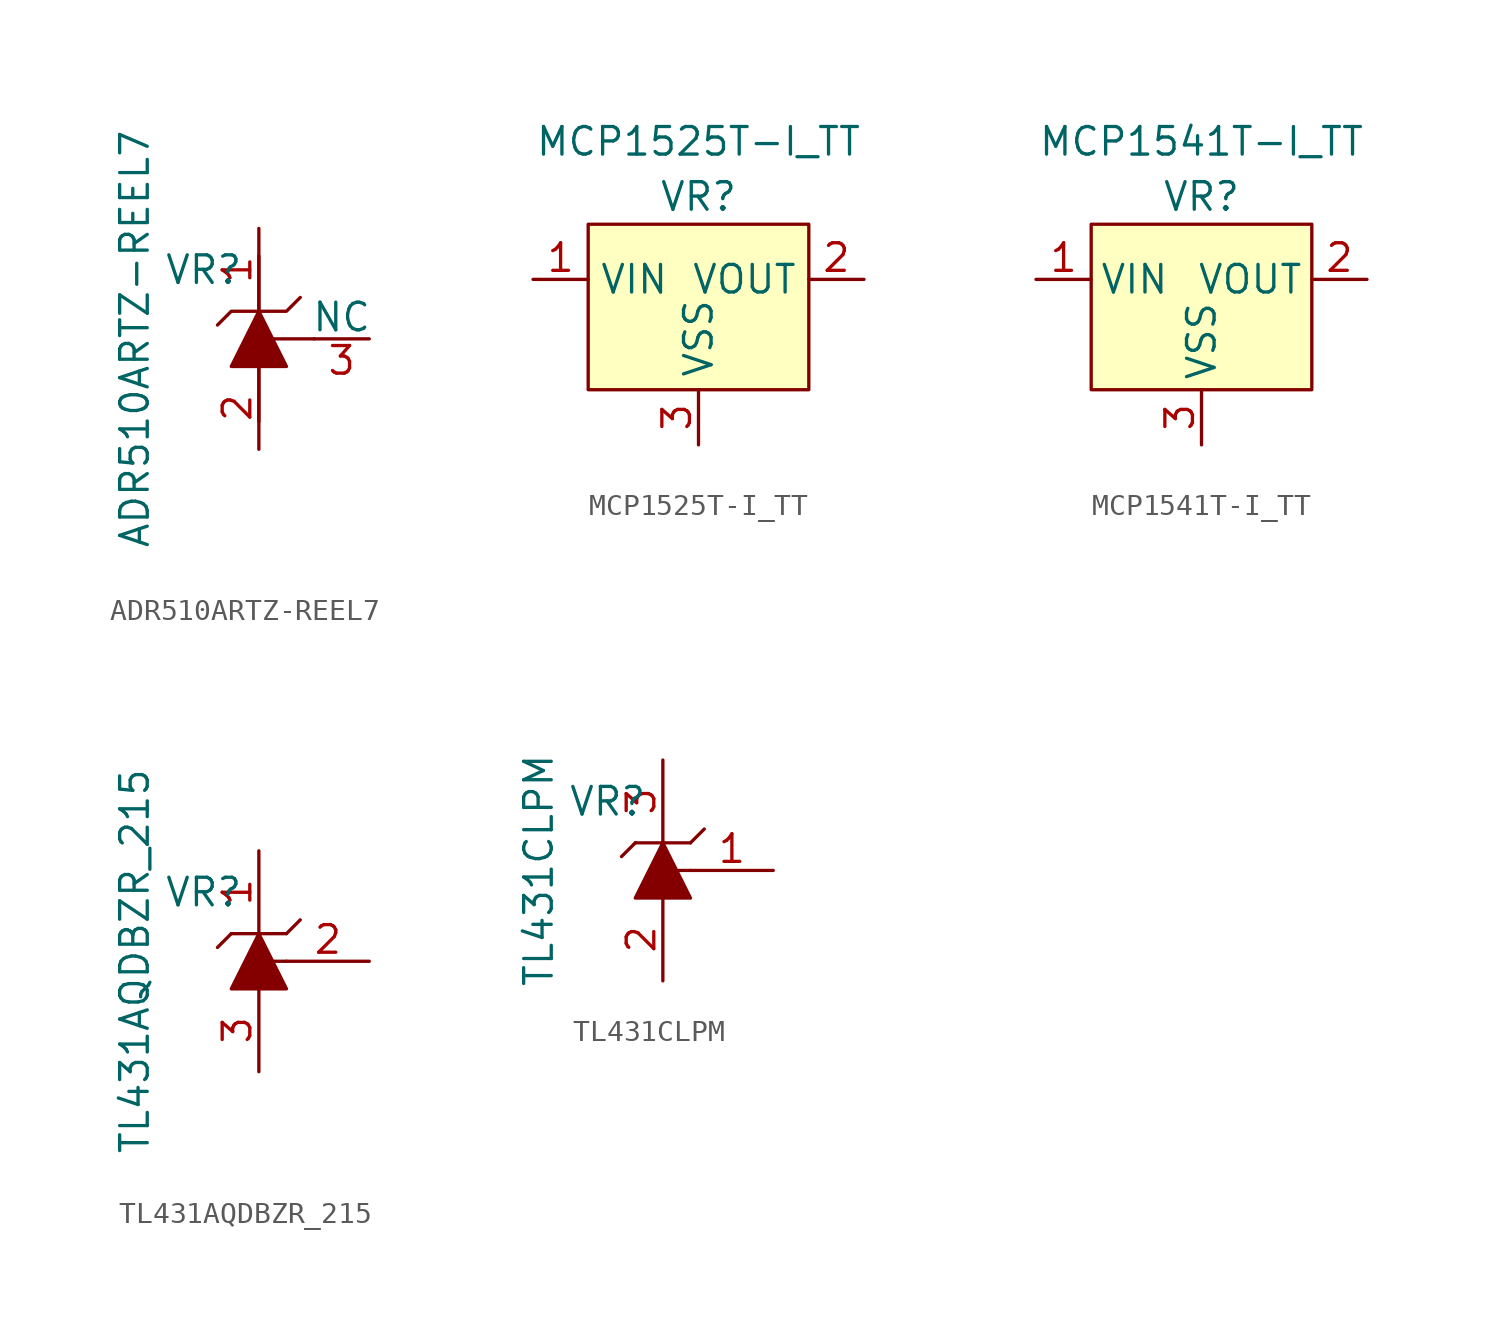
<source format=kicad_sym>
(kicad_symbol_lib
  (version 20211014)
  (generator kicad_symbol_editor)
  (symbol "ADR510ARTZ-REEL7"
    (pin_names
      (offset 0))
    (property "Reference" "VR"
      (at -2.54 3.175 0)
      (effects (font (size 1.27 1.27))))
    (property "Value" "ADR510ARTZ-REEL7"
      (at -5.715 0 90)
      (effects (font (size 1.27 1.27))))
    (symbol "ADR510ARTZ-REEL7_0_1"
      (polyline (pts (xy 0 -1.27) (xy 0 -3.81)) (stroke (width 0) (type default) (color 0 0 0 0)) (fill (type none)))
      (polyline (pts (xy 0 1.27) (xy 0 3.81)) (stroke (width 0) (type default) (color 0 0 0 0)) (fill (type none)))
      (polyline (pts (xy 2.54 0) (xy 0.635 0)) (stroke (width 0) (type default) (color 0 0 0 0)) (fill (type none)))
      (polyline (pts (xy 0 1.27) (xy 1.27 -1.27) (xy -1.27 -1.27) (xy 0 1.27)) (stroke (width 0) (type default) (color 0 0 0 0)) (fill (type outline)))
      (polyline (pts (xy 1.905 1.905) (xy 1.27 1.27) (xy -1.27 1.27) (xy -1.905 0.635)) (stroke (width 0) (type default) (color 0 0 0 0)) (fill (type none))))
    (symbol "ADR510ARTZ-REEL7_1_1"
      (pin passive line (at 0 5.08 270) (length 3.81) (name "~" (effects (font (size 1.27 1.27)))) (number "1" (effects (font (size 1.27 1.27)))))
      (pin passive line (at 0 -5.08 90) (length 3.81) (name "~" (effects (font (size 1.27 1.27)))) (number "2" (effects (font (size 1.27 1.27)))))
      (pin unspecified line (at 5.08 0 180) (length 2.54) (name "NC" (effects (font (size 1.27 1.27)))) (number "3" (effects (font (size 1.27 1.27)))))))
  (symbol "MCP1525T-I_TT"
    (property "Reference" "VR"
      (at 0 3.81 0)
      (effects (font (size 1.27 1.27))))
    (property "Value" "MCP1525T-I_TT"
      (at 0 6.35 0)
      (effects (font (size 1.27 1.27))))
    (symbol "MCP1525T-I_TT_0_1"
      (rectangle (start -5.08 2.54) (end 5.08 -5.08) (stroke (width 0) (type default) (color 0 0 0 0)) (fill (type background))))
    (symbol "MCP1525T-I_TT_1_1"
      (pin power_in line (at -7.62 0 0) (length 2.54) (name "VIN" (effects (font (size 1.27 1.27)))) (number "1" (effects (font (size 1.27 1.27)))))
      (pin output line (at 7.62 0 180) (length 2.54) (name "VOUT" (effects (font (size 1.27 1.27)))) (number "2" (effects (font (size 1.27 1.27)))))
      (pin power_in line (at 0 -7.62 90) (length 2.54) (name "VSS" (effects (font (size 1.27 1.27)))) (number "3" (effects (font (size 1.27 1.27)))))))
  (symbol "MCP1541T-I_TT"
    (pin_names
      (offset 0.381))
    (property "Reference" "VR"
      (at 0 3.81 0)
      (effects (font (size 1.27 1.27))))
    (property "Value" "MCP1541T-I_TT"
      (at 0 6.35 0)
      (effects (font (size 1.27 1.27))))
    (symbol "MCP1541T-I_TT_0_1"
      (rectangle (start -5.08 2.54) (end 5.08 -5.08) (stroke (width 0) (type default) (color 0 0 0 0)) (fill (type background))))
    (symbol "MCP1541T-I_TT_1_1"
      (pin power_in line (at -7.62 0 0) (length 2.54) (name "VIN" (effects (font (size 1.27 1.27)))) (number "1" (effects (font (size 1.27 1.27)))))
      (pin output line (at 7.62 0 180) (length 2.54) (name "VOUT" (effects (font (size 1.27 1.27)))) (number "2" (effects (font (size 1.27 1.27)))))
      (pin power_in line (at 0 -7.62 90) (length 2.54) (name "VSS" (effects (font (size 1.27 1.27)))) (number "3" (effects (font (size 1.27 1.27)))))))
  (symbol "TL431AQDBZR_215"
    (pin_names
      (offset 0) hide)
    (property "Reference" "VR"
      (at -2.54 3.175 0)
      (effects (font (size 1.27 1.27))))
    (property "Value" "TL431AQDBZR_215"
      (at -5.715 0 90)
      (effects (font (size 1.27 1.27))))
    (symbol "TL431AQDBZR_215_0_1"
      (polyline (pts (xy -1.905 0.635) (xy -1.27 1.27)) (stroke (width 0) (type default) (color 0 0 0 0)) (fill (type none)))
      (polyline (pts (xy -1.27 1.27) (xy 1.27 1.27)) (stroke (width 0) (type default) (color 0 0 0 0)) (fill (type none)))
      (polyline (pts (xy 0.635 0) (xy 1.27 0)) (stroke (width 0) (type default) (color 0 0 0 0)) (fill (type none)))
      (polyline (pts (xy 1.27 1.27) (xy 1.905 1.905)) (stroke (width 0) (type default) (color 0 0 0 0)) (fill (type none)))
      (polyline (pts (xy -1.27 -1.27) (xy 1.27 -1.27) (xy 0 1.27) (xy -1.27 -1.27)) (stroke (width 0) (type default) (color 0 0 0 0)) (fill (type outline))))
    (symbol "TL431AQDBZR_215_1_1"
      (pin passive line (at 0 5.08 270) (length 3.81) (name "K" (effects (font (size 1.27 1.27)))) (number "1" (effects (font (size 1.27 1.27)))))
      (pin passive line (at 5.08 0 180) (length 3.81) (name "REF" (effects (font (size 1.27 1.27)))) (number "2" (effects (font (size 1.27 1.27)))))
      (pin passive line (at 0 -5.08 90) (length 3.81) (name "A" (effects (font (size 1.27 1.27)))) (number "3" (effects (font (size 1.27 1.27)))))))
  (symbol "TL431CLPM"
    (pin_names
      (offset 0) hide)
    (property "Reference" "VR"
      (at -2.54 3.175 0)
      (effects (font (size 1.27 1.27))))
    (property "Value" "TL431CLPM"
      (at -5.715 0 90)
      (effects (font (size 1.27 1.27))))
    (symbol "TL431CLPM_0_1"
      (polyline (pts (xy -1.905 0.635) (xy -1.27 1.27)) (stroke (width 0) (type default) (color 0 0 0 0)) (fill (type none)))
      (polyline (pts (xy -1.27 1.27) (xy 1.27 1.27)) (stroke (width 0) (type default) (color 0 0 0 0)) (fill (type none)))
      (polyline (pts (xy 0.635 0) (xy 1.27 0)) (stroke (width 0) (type default) (color 0 0 0 0)) (fill (type none)))
      (polyline (pts (xy 1.27 1.27) (xy 1.905 1.905)) (stroke (width 0) (type default) (color 0 0 0 0)) (fill (type none)))
      (polyline (pts (xy -1.27 -1.27) (xy 1.27 -1.27) (xy 0 1.27) (xy -1.27 -1.27)) (stroke (width 0) (type default) (color 0 0 0 0)) (fill (type outline))))
    (symbol "TL431CLPM_1_1"
      (pin passive line (at 5.08 0 180) (length 3.81) (name "REF" (effects (font (size 1.27 1.27)))) (number "1" (effects (font (size 1.27 1.27)))))
      (pin passive line (at 0 -5.08 90) (length 3.81) (name "A" (effects (font (size 1.27 1.27)))) (number "2" (effects (font (size 1.27 1.27)))))
      (pin passive line (at 0 5.08 270) (length 3.81) (name "K" (effects (font (size 1.27 1.27)))) (number "3" (effects (font (size 1.27 1.27))))))))
</source>
